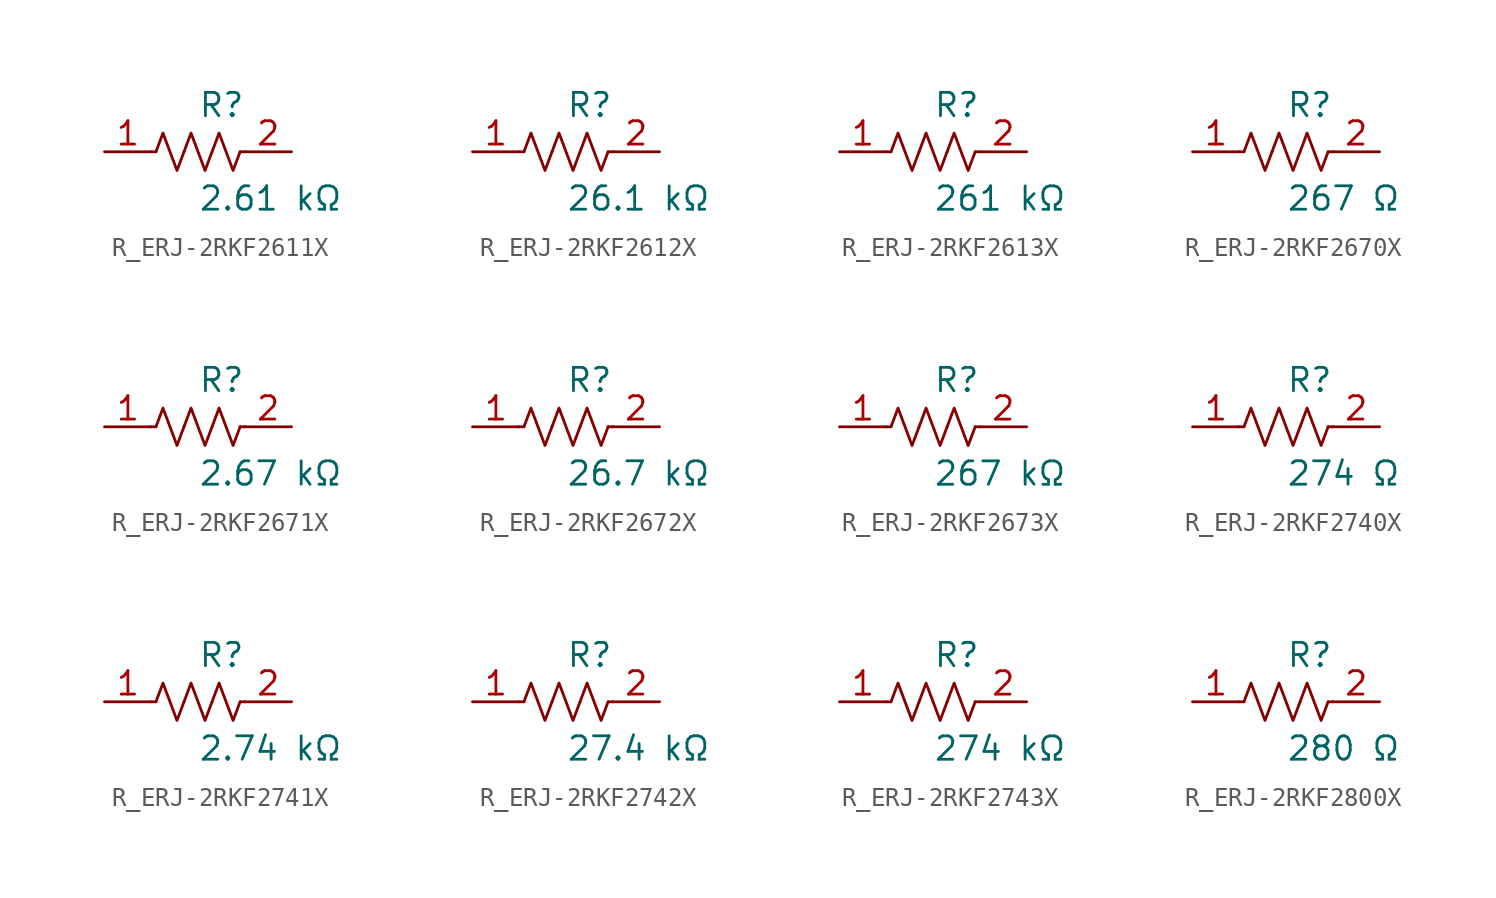
<source format=kicad_sym>
(kicad_symbol_lib
  (version 20231120)
  (generator kicad_symbol_editor)
  (generator_version 8.0)
  (symbol "R_ERJ-2RKF2611X"
    (pin_names
      (offset 0.254))
    (property "Reference" "R"
      (at 0 2.54 0)
      (effects (font (size 1.27 1.27)) (justify left)))
    (property "Value" "2.61 kΩ"
      (at 0 -2.54 0)
      (effects (font (size 1.27 1.27)) (justify left)))
    (symbol "R_ERJ-2RKF2611X_0_1"
      (polyline (pts (xy 2.286 0) (xy 2.54 0)) (stroke (width 0) (type default)) (fill (type none)))
      (polyline (pts (xy -2.286 0) (xy -2.54 0)) (stroke (width 0) (type default)) (fill (type none)))
      (polyline (pts (xy 0.762 0) (xy 1.143 1.016) (xy 1.524 0) (xy 1.905 -1.016) (xy 2.286 0)) (stroke (width 0) (type default)) (fill (type none)))
      (polyline (pts (xy -0.762 0) (xy -0.381 1.016) (xy 0 0) (xy 0.381 -1.016) (xy 0.762 0)) (stroke (width 0) (type default)) (fill (type none)))
      (polyline (pts (xy -2.286 0) (xy -1.905 1.016) (xy -1.524 0) (xy -1.143 -1.016) (xy -0.762 0)) (stroke (width 0) (type default)) (fill (type none))))
    (pin unspecified line
      (at -5.08 0 0)
      (length 2.54)
      (name "" (effects (font (size 1.27 1.27))))
      (number "1" (effects (font (size 1.27 1.27)))))
    (pin unspecified line
      (at 5.08 0 180)
      (length 2.54)
      (name "" (effects (font (size 1.27 1.27))))
      (number "2" (effects (font (size 1.27 1.27))))))
  (symbol "R_ERJ-2RKF2612X"
    (pin_names
      (offset 0.254))
    (property "Reference" "R"
      (at 0 2.54 0)
      (effects (font (size 1.27 1.27)) (justify left)))
    (property "Value" "26.1 kΩ"
      (at 0 -2.54 0)
      (effects (font (size 1.27 1.27)) (justify left)))
    (symbol "R_ERJ-2RKF2612X_0_1"
      (polyline (pts (xy 2.286 0) (xy 2.54 0)) (stroke (width 0) (type default)) (fill (type none)))
      (polyline (pts (xy -2.286 0) (xy -2.54 0)) (stroke (width 0) (type default)) (fill (type none)))
      (polyline (pts (xy 0.762 0) (xy 1.143 1.016) (xy 1.524 0) (xy 1.905 -1.016) (xy 2.286 0)) (stroke (width 0) (type default)) (fill (type none)))
      (polyline (pts (xy -0.762 0) (xy -0.381 1.016) (xy 0 0) (xy 0.381 -1.016) (xy 0.762 0)) (stroke (width 0) (type default)) (fill (type none)))
      (polyline (pts (xy -2.286 0) (xy -1.905 1.016) (xy -1.524 0) (xy -1.143 -1.016) (xy -0.762 0)) (stroke (width 0) (type default)) (fill (type none))))
    (pin unspecified line
      (at -5.08 0 0)
      (length 2.54)
      (name "" (effects (font (size 1.27 1.27))))
      (number "1" (effects (font (size 1.27 1.27)))))
    (pin unspecified line
      (at 5.08 0 180)
      (length 2.54)
      (name "" (effects (font (size 1.27 1.27))))
      (number "2" (effects (font (size 1.27 1.27))))))
  (symbol "R_ERJ-2RKF2613X"
    (pin_names
      (offset 0.254))
    (property "Reference" "R"
      (at 0 2.54 0)
      (effects (font (size 1.27 1.27)) (justify left)))
    (property "Value" "261 kΩ"
      (at 0 -2.54 0)
      (effects (font (size 1.27 1.27)) (justify left)))
    (symbol "R_ERJ-2RKF2613X_0_1"
      (polyline (pts (xy 2.286 0) (xy 2.54 0)) (stroke (width 0) (type default)) (fill (type none)))
      (polyline (pts (xy -2.286 0) (xy -2.54 0)) (stroke (width 0) (type default)) (fill (type none)))
      (polyline (pts (xy 0.762 0) (xy 1.143 1.016) (xy 1.524 0) (xy 1.905 -1.016) (xy 2.286 0)) (stroke (width 0) (type default)) (fill (type none)))
      (polyline (pts (xy -0.762 0) (xy -0.381 1.016) (xy 0 0) (xy 0.381 -1.016) (xy 0.762 0)) (stroke (width 0) (type default)) (fill (type none)))
      (polyline (pts (xy -2.286 0) (xy -1.905 1.016) (xy -1.524 0) (xy -1.143 -1.016) (xy -0.762 0)) (stroke (width 0) (type default)) (fill (type none))))
    (pin unspecified line
      (at -5.08 0 0)
      (length 2.54)
      (name "" (effects (font (size 1.27 1.27))))
      (number "1" (effects (font (size 1.27 1.27)))))
    (pin unspecified line
      (at 5.08 0 180)
      (length 2.54)
      (name "" (effects (font (size 1.27 1.27))))
      (number "2" (effects (font (size 1.27 1.27))))))
  (symbol "R_ERJ-2RKF2670X"
    (pin_names
      (offset 0.254))
    (property "Reference" "R"
      (at 0 2.54 0)
      (effects (font (size 1.27 1.27)) (justify left)))
    (property "Value" "267 Ω"
      (at 0 -2.54 0)
      (effects (font (size 1.27 1.27)) (justify left)))
    (symbol "R_ERJ-2RKF2670X_0_1"
      (polyline (pts (xy 2.286 0) (xy 2.54 0)) (stroke (width 0) (type default)) (fill (type none)))
      (polyline (pts (xy -2.286 0) (xy -2.54 0)) (stroke (width 0) (type default)) (fill (type none)))
      (polyline (pts (xy 0.762 0) (xy 1.143 1.016) (xy 1.524 0) (xy 1.905 -1.016) (xy 2.286 0)) (stroke (width 0) (type default)) (fill (type none)))
      (polyline (pts (xy -0.762 0) (xy -0.381 1.016) (xy 0 0) (xy 0.381 -1.016) (xy 0.762 0)) (stroke (width 0) (type default)) (fill (type none)))
      (polyline (pts (xy -2.286 0) (xy -1.905 1.016) (xy -1.524 0) (xy -1.143 -1.016) (xy -0.762 0)) (stroke (width 0) (type default)) (fill (type none))))
    (pin unspecified line
      (at -5.08 0 0)
      (length 2.54)
      (name "" (effects (font (size 1.27 1.27))))
      (number "1" (effects (font (size 1.27 1.27)))))
    (pin unspecified line
      (at 5.08 0 180)
      (length 2.54)
      (name "" (effects (font (size 1.27 1.27))))
      (number "2" (effects (font (size 1.27 1.27))))))
  (symbol "R_ERJ-2RKF2671X"
    (pin_names
      (offset 0.254))
    (property "Reference" "R"
      (at 0 2.54 0)
      (effects (font (size 1.27 1.27)) (justify left)))
    (property "Value" "2.67 kΩ"
      (at 0 -2.54 0)
      (effects (font (size 1.27 1.27)) (justify left)))
    (symbol "R_ERJ-2RKF2671X_0_1"
      (polyline (pts (xy 2.286 0) (xy 2.54 0)) (stroke (width 0) (type default)) (fill (type none)))
      (polyline (pts (xy -2.286 0) (xy -2.54 0)) (stroke (width 0) (type default)) (fill (type none)))
      (polyline (pts (xy 0.762 0) (xy 1.143 1.016) (xy 1.524 0) (xy 1.905 -1.016) (xy 2.286 0)) (stroke (width 0) (type default)) (fill (type none)))
      (polyline (pts (xy -0.762 0) (xy -0.381 1.016) (xy 0 0) (xy 0.381 -1.016) (xy 0.762 0)) (stroke (width 0) (type default)) (fill (type none)))
      (polyline (pts (xy -2.286 0) (xy -1.905 1.016) (xy -1.524 0) (xy -1.143 -1.016) (xy -0.762 0)) (stroke (width 0) (type default)) (fill (type none))))
    (pin unspecified line
      (at -5.08 0 0)
      (length 2.54)
      (name "" (effects (font (size 1.27 1.27))))
      (number "1" (effects (font (size 1.27 1.27)))))
    (pin unspecified line
      (at 5.08 0 180)
      (length 2.54)
      (name "" (effects (font (size 1.27 1.27))))
      (number "2" (effects (font (size 1.27 1.27))))))
  (symbol "R_ERJ-2RKF2672X"
    (pin_names
      (offset 0.254))
    (property "Reference" "R"
      (at 0 2.54 0)
      (effects (font (size 1.27 1.27)) (justify left)))
    (property "Value" "26.7 kΩ"
      (at 0 -2.54 0)
      (effects (font (size 1.27 1.27)) (justify left)))
    (symbol "R_ERJ-2RKF2672X_0_1"
      (polyline (pts (xy 2.286 0) (xy 2.54 0)) (stroke (width 0) (type default)) (fill (type none)))
      (polyline (pts (xy -2.286 0) (xy -2.54 0)) (stroke (width 0) (type default)) (fill (type none)))
      (polyline (pts (xy 0.762 0) (xy 1.143 1.016) (xy 1.524 0) (xy 1.905 -1.016) (xy 2.286 0)) (stroke (width 0) (type default)) (fill (type none)))
      (polyline (pts (xy -0.762 0) (xy -0.381 1.016) (xy 0 0) (xy 0.381 -1.016) (xy 0.762 0)) (stroke (width 0) (type default)) (fill (type none)))
      (polyline (pts (xy -2.286 0) (xy -1.905 1.016) (xy -1.524 0) (xy -1.143 -1.016) (xy -0.762 0)) (stroke (width 0) (type default)) (fill (type none))))
    (pin unspecified line
      (at -5.08 0 0)
      (length 2.54)
      (name "" (effects (font (size 1.27 1.27))))
      (number "1" (effects (font (size 1.27 1.27)))))
    (pin unspecified line
      (at 5.08 0 180)
      (length 2.54)
      (name "" (effects (font (size 1.27 1.27))))
      (number "2" (effects (font (size 1.27 1.27))))))
  (symbol "R_ERJ-2RKF2673X"
    (pin_names
      (offset 0.254))
    (property "Reference" "R"
      (at 0 2.54 0)
      (effects (font (size 1.27 1.27)) (justify left)))
    (property "Value" "267 kΩ"
      (at 0 -2.54 0)
      (effects (font (size 1.27 1.27)) (justify left)))
    (symbol "R_ERJ-2RKF2673X_0_1"
      (polyline (pts (xy 2.286 0) (xy 2.54 0)) (stroke (width 0) (type default)) (fill (type none)))
      (polyline (pts (xy -2.286 0) (xy -2.54 0)) (stroke (width 0) (type default)) (fill (type none)))
      (polyline (pts (xy 0.762 0) (xy 1.143 1.016) (xy 1.524 0) (xy 1.905 -1.016) (xy 2.286 0)) (stroke (width 0) (type default)) (fill (type none)))
      (polyline (pts (xy -0.762 0) (xy -0.381 1.016) (xy 0 0) (xy 0.381 -1.016) (xy 0.762 0)) (stroke (width 0) (type default)) (fill (type none)))
      (polyline (pts (xy -2.286 0) (xy -1.905 1.016) (xy -1.524 0) (xy -1.143 -1.016) (xy -0.762 0)) (stroke (width 0) (type default)) (fill (type none))))
    (pin unspecified line
      (at -5.08 0 0)
      (length 2.54)
      (name "" (effects (font (size 1.27 1.27))))
      (number "1" (effects (font (size 1.27 1.27)))))
    (pin unspecified line
      (at 5.08 0 180)
      (length 2.54)
      (name "" (effects (font (size 1.27 1.27))))
      (number "2" (effects (font (size 1.27 1.27))))))
  (symbol "R_ERJ-2RKF2740X"
    (pin_names
      (offset 0.254))
    (property "Reference" "R"
      (at 0 2.54 0)
      (effects (font (size 1.27 1.27)) (justify left)))
    (property "Value" "274 Ω"
      (at 0 -2.54 0)
      (effects (font (size 1.27 1.27)) (justify left)))
    (symbol "R_ERJ-2RKF2740X_0_1"
      (polyline (pts (xy 2.286 0) (xy 2.54 0)) (stroke (width 0) (type default)) (fill (type none)))
      (polyline (pts (xy -2.286 0) (xy -2.54 0)) (stroke (width 0) (type default)) (fill (type none)))
      (polyline (pts (xy 0.762 0) (xy 1.143 1.016) (xy 1.524 0) (xy 1.905 -1.016) (xy 2.286 0)) (stroke (width 0) (type default)) (fill (type none)))
      (polyline (pts (xy -0.762 0) (xy -0.381 1.016) (xy 0 0) (xy 0.381 -1.016) (xy 0.762 0)) (stroke (width 0) (type default)) (fill (type none)))
      (polyline (pts (xy -2.286 0) (xy -1.905 1.016) (xy -1.524 0) (xy -1.143 -1.016) (xy -0.762 0)) (stroke (width 0) (type default)) (fill (type none))))
    (pin unspecified line
      (at -5.08 0 0)
      (length 2.54)
      (name "" (effects (font (size 1.27 1.27))))
      (number "1" (effects (font (size 1.27 1.27)))))
    (pin unspecified line
      (at 5.08 0 180)
      (length 2.54)
      (name "" (effects (font (size 1.27 1.27))))
      (number "2" (effects (font (size 1.27 1.27))))))
  (symbol "R_ERJ-2RKF2741X"
    (pin_names
      (offset 0.254))
    (property "Reference" "R"
      (at 0 2.54 0)
      (effects (font (size 1.27 1.27)) (justify left)))
    (property "Value" "2.74 kΩ"
      (at 0 -2.54 0)
      (effects (font (size 1.27 1.27)) (justify left)))
    (symbol "R_ERJ-2RKF2741X_0_1"
      (polyline (pts (xy 2.286 0) (xy 2.54 0)) (stroke (width 0) (type default)) (fill (type none)))
      (polyline (pts (xy -2.286 0) (xy -2.54 0)) (stroke (width 0) (type default)) (fill (type none)))
      (polyline (pts (xy 0.762 0) (xy 1.143 1.016) (xy 1.524 0) (xy 1.905 -1.016) (xy 2.286 0)) (stroke (width 0) (type default)) (fill (type none)))
      (polyline (pts (xy -0.762 0) (xy -0.381 1.016) (xy 0 0) (xy 0.381 -1.016) (xy 0.762 0)) (stroke (width 0) (type default)) (fill (type none)))
      (polyline (pts (xy -2.286 0) (xy -1.905 1.016) (xy -1.524 0) (xy -1.143 -1.016) (xy -0.762 0)) (stroke (width 0) (type default)) (fill (type none))))
    (pin unspecified line
      (at -5.08 0 0)
      (length 2.54)
      (name "" (effects (font (size 1.27 1.27))))
      (number "1" (effects (font (size 1.27 1.27)))))
    (pin unspecified line
      (at 5.08 0 180)
      (length 2.54)
      (name "" (effects (font (size 1.27 1.27))))
      (number "2" (effects (font (size 1.27 1.27))))))
  (symbol "R_ERJ-2RKF2742X"
    (pin_names
      (offset 0.254))
    (property "Reference" "R"
      (at 0 2.54 0)
      (effects (font (size 1.27 1.27)) (justify left)))
    (property "Value" "27.4 kΩ"
      (at 0 -2.54 0)
      (effects (font (size 1.27 1.27)) (justify left)))
    (symbol "R_ERJ-2RKF2742X_0_1"
      (polyline (pts (xy 2.286 0) (xy 2.54 0)) (stroke (width 0) (type default)) (fill (type none)))
      (polyline (pts (xy -2.286 0) (xy -2.54 0)) (stroke (width 0) (type default)) (fill (type none)))
      (polyline (pts (xy 0.762 0) (xy 1.143 1.016) (xy 1.524 0) (xy 1.905 -1.016) (xy 2.286 0)) (stroke (width 0) (type default)) (fill (type none)))
      (polyline (pts (xy -0.762 0) (xy -0.381 1.016) (xy 0 0) (xy 0.381 -1.016) (xy 0.762 0)) (stroke (width 0) (type default)) (fill (type none)))
      (polyline (pts (xy -2.286 0) (xy -1.905 1.016) (xy -1.524 0) (xy -1.143 -1.016) (xy -0.762 0)) (stroke (width 0) (type default)) (fill (type none))))
    (pin unspecified line
      (at -5.08 0 0)
      (length 2.54)
      (name "" (effects (font (size 1.27 1.27))))
      (number "1" (effects (font (size 1.27 1.27)))))
    (pin unspecified line
      (at 5.08 0 180)
      (length 2.54)
      (name "" (effects (font (size 1.27 1.27))))
      (number "2" (effects (font (size 1.27 1.27))))))
  (symbol "R_ERJ-2RKF2743X"
    (pin_names
      (offset 0.254))
    (property "Reference" "R"
      (at 0 2.54 0)
      (effects (font (size 1.27 1.27)) (justify left)))
    (property "Value" "274 kΩ"
      (at 0 -2.54 0)
      (effects (font (size 1.27 1.27)) (justify left)))
    (symbol "R_ERJ-2RKF2743X_0_1"
      (polyline (pts (xy 2.286 0) (xy 2.54 0)) (stroke (width 0) (type default)) (fill (type none)))
      (polyline (pts (xy -2.286 0) (xy -2.54 0)) (stroke (width 0) (type default)) (fill (type none)))
      (polyline (pts (xy 0.762 0) (xy 1.143 1.016) (xy 1.524 0) (xy 1.905 -1.016) (xy 2.286 0)) (stroke (width 0) (type default)) (fill (type none)))
      (polyline (pts (xy -0.762 0) (xy -0.381 1.016) (xy 0 0) (xy 0.381 -1.016) (xy 0.762 0)) (stroke (width 0) (type default)) (fill (type none)))
      (polyline (pts (xy -2.286 0) (xy -1.905 1.016) (xy -1.524 0) (xy -1.143 -1.016) (xy -0.762 0)) (stroke (width 0) (type default)) (fill (type none))))
    (pin unspecified line
      (at -5.08 0 0)
      (length 2.54)
      (name "" (effects (font (size 1.27 1.27))))
      (number "1" (effects (font (size 1.27 1.27)))))
    (pin unspecified line
      (at 5.08 0 180)
      (length 2.54)
      (name "" (effects (font (size 1.27 1.27))))
      (number "2" (effects (font (size 1.27 1.27))))))
  (symbol "R_ERJ-2RKF2800X"
    (pin_names
      (offset 0.254))
    (property "Reference" "R"
      (at 0 2.54 0)
      (effects (font (size 1.27 1.27)) (justify left)))
    (property "Value" "280 Ω"
      (at 0 -2.54 0)
      (effects (font (size 1.27 1.27)) (justify left)))
    (symbol "R_ERJ-2RKF2800X_0_1"
      (polyline (pts (xy 2.286 0) (xy 2.54 0)) (stroke (width 0) (type default)) (fill (type none)))
      (polyline (pts (xy -2.286 0) (xy -2.54 0)) (stroke (width 0) (type default)) (fill (type none)))
      (polyline (pts (xy 0.762 0) (xy 1.143 1.016) (xy 1.524 0) (xy 1.905 -1.016) (xy 2.286 0)) (stroke (width 0) (type default)) (fill (type none)))
      (polyline (pts (xy -0.762 0) (xy -0.381 1.016) (xy 0 0) (xy 0.381 -1.016) (xy 0.762 0)) (stroke (width 0) (type default)) (fill (type none)))
      (polyline (pts (xy -2.286 0) (xy -1.905 1.016) (xy -1.524 0) (xy -1.143 -1.016) (xy -0.762 0)) (stroke (width 0) (type default)) (fill (type none))))
    (pin unspecified line
      (at -5.08 0 0)
      (length 2.54)
      (name "" (effects (font (size 1.27 1.27))))
      (number "1" (effects (font (size 1.27 1.27)))))
    (pin unspecified line
      (at 5.08 0 180)
      (length 2.54)
      (name "" (effects (font (size 1.27 1.27))))
      (number "2" (effects (font (size 1.27 1.27)))))))
</source>
